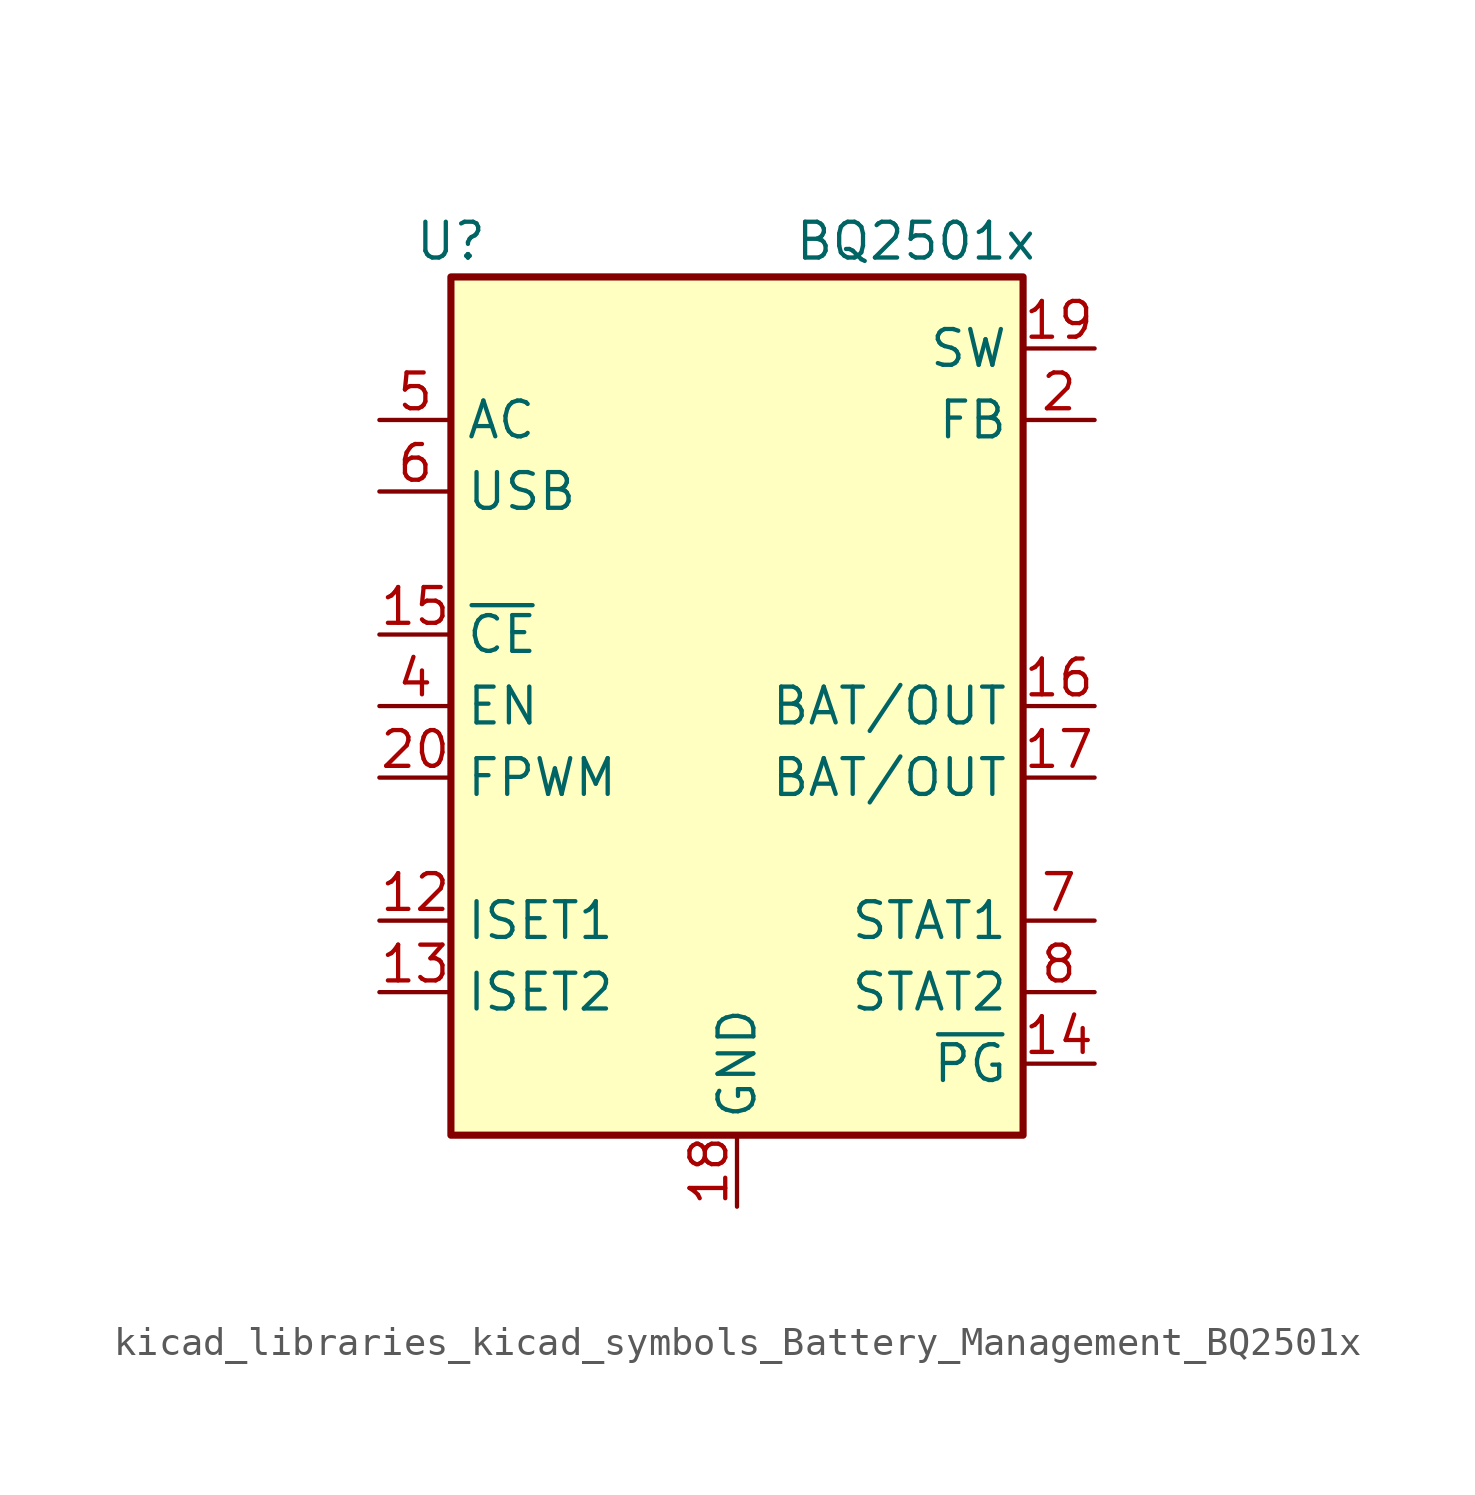
<source format=kicad_sym>
(kicad_symbol_lib
  (version 20220914)
  (generator kicad_symbol_editor)
  (symbol "kicad_libraries_kicad_symbols_Battery_Management_BQ2501x"
    (property "Reference" "U"
      (at -10.16 16.51 0)
      (effects (font (size 1.27 1.27))))
    (property "Value" "BQ2501x"
      (at 6.35 16.51 0)
      (effects (font (size 1.27 1.27))))
    (symbol "kicad_libraries_kicad_symbols_Battery_Management_BQ2501x_1_1"
      (rectangle (start -10.16 15.24) (end 10.16 -15.24) (stroke (width 0.254) (type default)) (fill (type background)))
      (pin no_connect line (at 10.16 7.62 180) (length 2.54) hide (name "NC" (effects (font (size 1.27 1.27)))) (number "1" (effects (font (size 1.27 1.27)))))
      (pin no_connect line (at 10.16 5.08 180) (length 2.54) hide (name "NC" (effects (font (size 1.27 1.27)))) (number "10" (effects (font (size 1.27 1.27)))))
      (pin no_connect line (at 10.16 2.54 180) (length 2.54) hide (name "NC" (effects (font (size 1.27 1.27)))) (number "11" (effects (font (size 1.27 1.27)))))
      (pin input line (at -12.7 -7.62 0) (length 2.54) (name "ISET1" (effects (font (size 1.27 1.27)))) (number "12" (effects (font (size 1.27 1.27)))))
      (pin input line (at -12.7 -10.16 0) (length 2.54) (name "ISET2" (effects (font (size 1.27 1.27)))) (number "13" (effects (font (size 1.27 1.27)))))
      (pin output line (at 12.7 -12.7 180) (length 2.54) (name "~{PG}" (effects (font (size 1.27 1.27)))) (number "14" (effects (font (size 1.27 1.27)))))
      (pin input line (at -12.7 2.54 0) (length 2.54) (name "~{CE}" (effects (font (size 1.27 1.27)))) (number "15" (effects (font (size 1.27 1.27)))))
      (pin power_out line (at 12.7 0 180) (length 2.54) (name "BAT/OUT" (effects (font (size 1.27 1.27)))) (number "16" (effects (font (size 1.27 1.27)))))
      (pin power_in line (at 12.7 -2.54 180) (length 2.54) (name "BAT/OUT" (effects (font (size 1.27 1.27)))) (number "17" (effects (font (size 1.27 1.27)))))
      (pin power_in line (at 0 -17.78 90) (length 2.54) (name "GND" (effects (font (size 1.27 1.27)))) (number "18" (effects (font (size 1.27 1.27)))))
      (pin power_out line (at 12.7 12.7 180) (length 2.54) (name "SW" (effects (font (size 1.27 1.27)))) (number "19" (effects (font (size 1.27 1.27)))))
      (pin input line (at 12.7 10.16 180) (length 2.54) (name "FB" (effects (font (size 1.27 1.27)))) (number "2" (effects (font (size 1.27 1.27)))))
      (pin input line (at -12.7 -2.54 0) (length 2.54) (name "FPWM" (effects (font (size 1.27 1.27)))) (number "20" (effects (font (size 1.27 1.27)))))
      (pin passive line (at 0 -17.78 90) (length 2.54) hide (name "GND" (effects (font (size 1.27 1.27)))) (number "21" (effects (font (size 1.27 1.27)))))
      (pin passive line (at 0 -17.78 90) (length 2.54) hide (name "GND" (effects (font (size 1.27 1.27)))) (number "3" (effects (font (size 1.27 1.27)))))
      (pin input line (at -12.7 0 0) (length 2.54) (name "EN" (effects (font (size 1.27 1.27)))) (number "4" (effects (font (size 1.27 1.27)))))
      (pin power_in line (at -12.7 10.16 0) (length 2.54) (name "AC" (effects (font (size 1.27 1.27)))) (number "5" (effects (font (size 1.27 1.27)))))
      (pin power_in line (at -12.7 7.62 0) (length 2.54) (name "USB" (effects (font (size 1.27 1.27)))) (number "6" (effects (font (size 1.27 1.27)))))
      (pin open_collector line (at 12.7 -7.62 180) (length 2.54) (name "STAT1" (effects (font (size 1.27 1.27)))) (number "7" (effects (font (size 1.27 1.27)))))
      (pin open_collector line (at 12.7 -10.16 180) (length 2.54) (name "STAT2" (effects (font (size 1.27 1.27)))) (number "8" (effects (font (size 1.27 1.27)))))
      (pin passive line (at 0 -17.78 90) (length 2.54) hide (name "GND" (effects (font (size 1.27 1.27)))) (number "9" (effects (font (size 1.27 1.27))))))))
</source>
